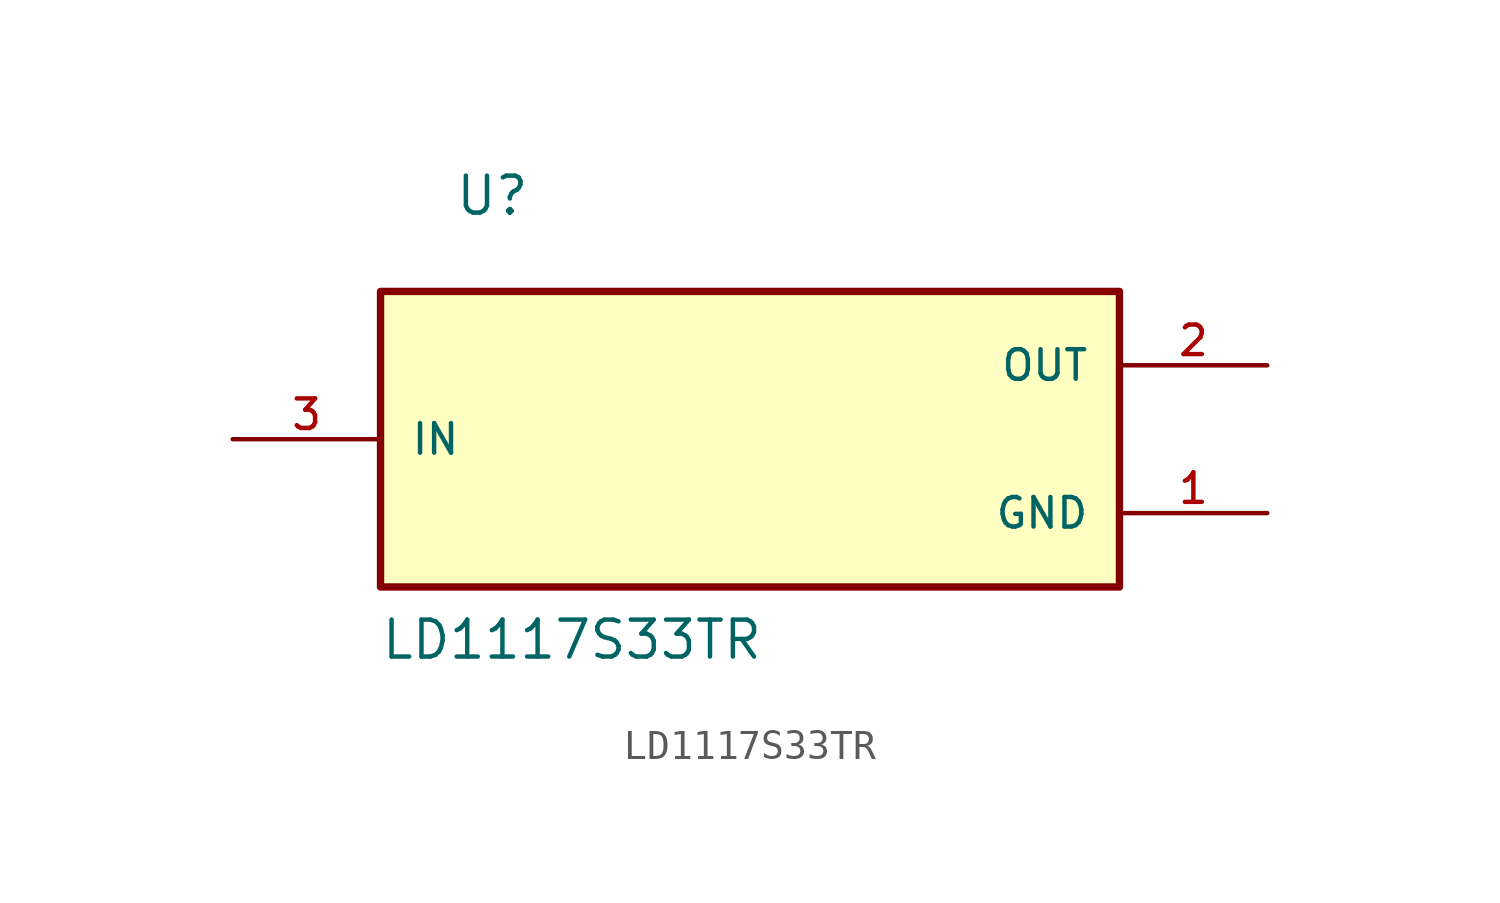
<source format=kicad_sym>
(kicad_symbol_lib
  (version 20211014)
  (generator kicad_symbol_editor)
  (symbol "LD1117S33TR"
    (pin_names
      (offset 1.016))
    (property "Reference" "U"
      (at -10.169 7.627 0)
      (effects (font (size 1.27 1.27)) (justify bottom left)))
    (property "Value" "LD1117S33TR"
      (at -12.723 -7.634 0)
      (effects (font (size 1.27 1.27)) (justify bottom left)))
    (symbol "LD1117S33TR_0_0"
      (rectangle (start -12.7 -5.08) (end 12.7 5.08) (stroke (width 0.254)) (fill (type background)))
      (pin input line (at -17.78 0.0 0) (length 5.08) (name "IN" (effects (font (size 1.016 1.016)))) (number "3" (effects (font (size 1.016 1.016)))))
      (pin output line (at 17.78 2.54 180.0) (length 5.08) (name "OUT" (effects (font (size 1.016 1.016)))) (number "2" (effects (font (size 1.016 1.016)))))
      (pin output line (at 17.78 2.54 180.0) (length 5.08) hide (name "OUT" (effects (font (size 1.016 1.016)))) (number "4" (effects (font (size 1.016 1.016)))))
      (pin power_in line (at 17.78 -2.54 180.0) (length 5.08) (name "GND" (effects (font (size 1.016 1.016)))) (number "1" (effects (font (size 1.016 1.016))))))))
</source>
